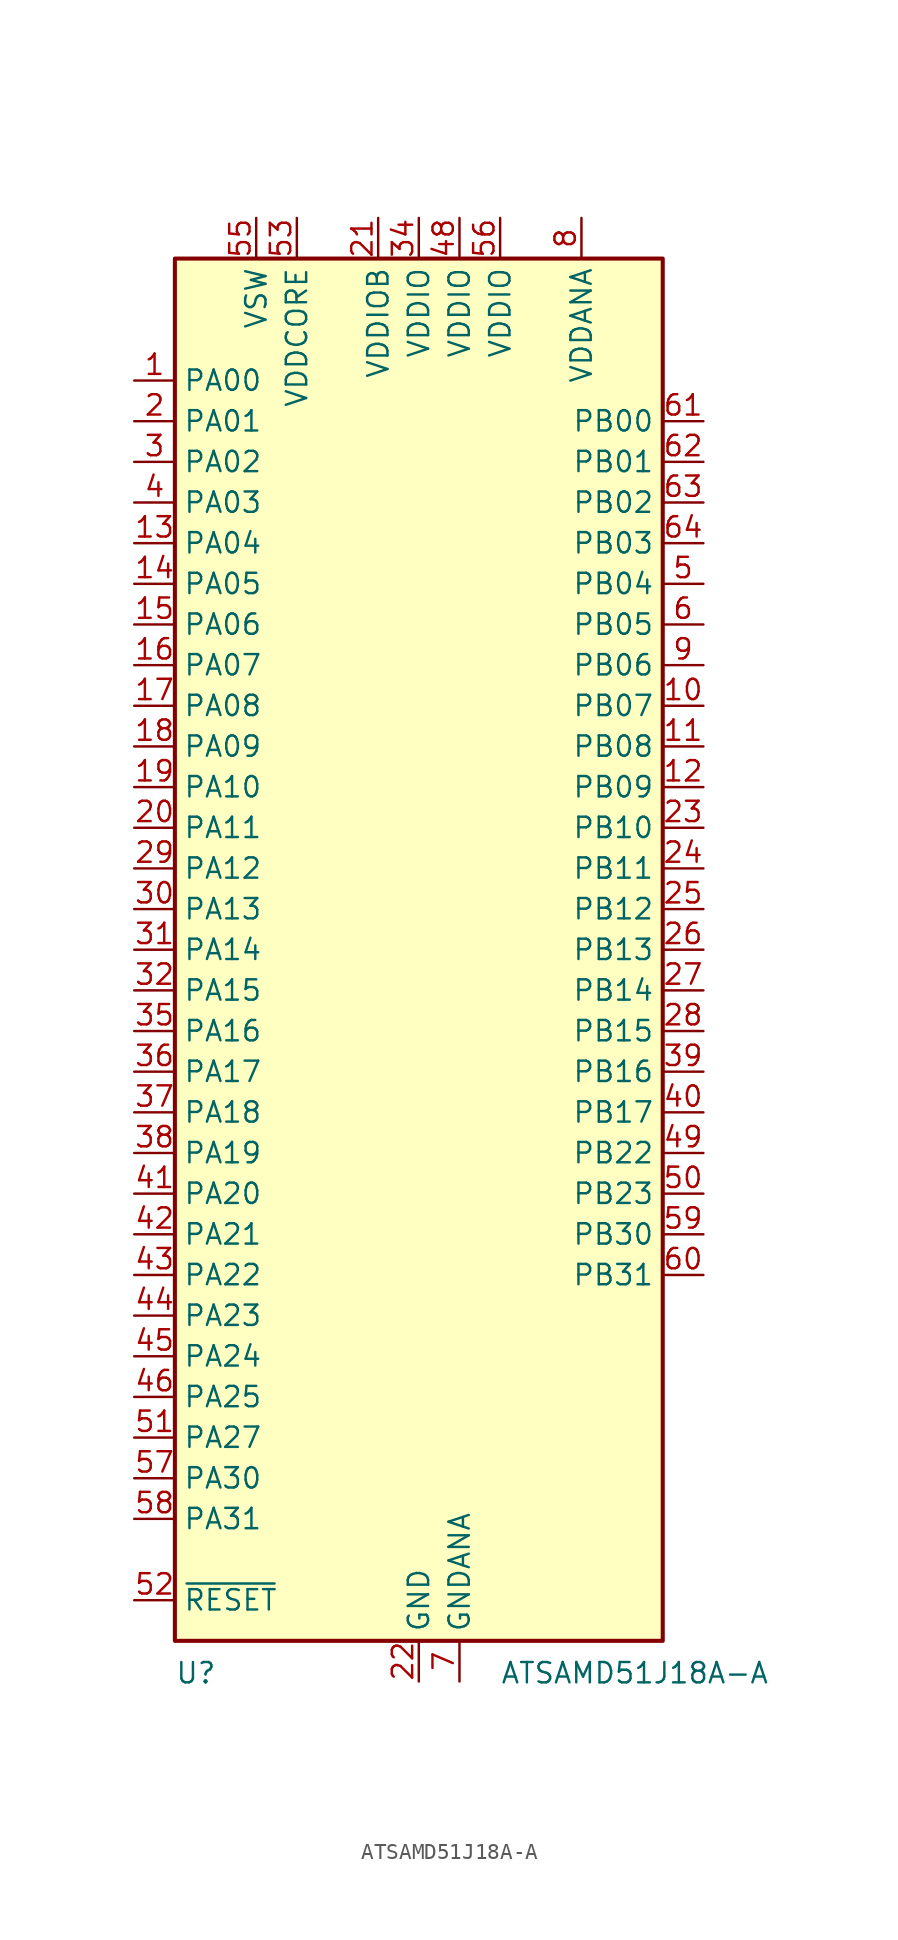
<source format=kicad_sym>
(kicad_symbol_lib
  (version 20211014)
  (generator kicad_symbol_editor)
  (symbol "ATSAMD51J18A-A"
    (property "Reference" "U"
      (at -15.24 -44.45 0)
      (effects (font (size 1.27 1.27)) (justify left top)))
    (property "Value" "ATSAMD51J18A-A"
      (at 5.08 -44.45 0)
      (effects (font (size 1.27 1.27)) (justify left top)))
    (symbol "ATSAMD51J18A-A_0_1"
      (rectangle (start -15.24 43.18) (end 15.24 -43.18) (stroke (width 0.254) (type default) (color 0 0 0 0)) (fill (type background))))
    (symbol "ATSAMD51J18A-A_1_0"
      (pin bidirectional line (at 17.78 25.4 180) (length 2.54) (name "PB03" (effects (font (size 1.27 1.27)))) (number "64" (effects (font (size 1.27 1.27))))))
    (symbol "ATSAMD51J18A-A_1_1"
      (pin bidirectional line (at -17.78 35.56 0) (length 2.54) (name "PA00" (effects (font (size 1.27 1.27)))) (number "1" (effects (font (size 1.27 1.27)))))
      (pin bidirectional line (at 17.78 15.24 180) (length 2.54) (name "PB07" (effects (font (size 1.27 1.27)))) (number "10" (effects (font (size 1.27 1.27)))))
      (pin bidirectional line (at 17.78 12.7 180) (length 2.54) (name "PB08" (effects (font (size 1.27 1.27)))) (number "11" (effects (font (size 1.27 1.27)))))
      (pin bidirectional line (at 17.78 10.16 180) (length 2.54) (name "PB09" (effects (font (size 1.27 1.27)))) (number "12" (effects (font (size 1.27 1.27)))))
      (pin bidirectional line (at -17.78 25.4 0) (length 2.54) (name "PA04" (effects (font (size 1.27 1.27)))) (number "13" (effects (font (size 1.27 1.27)))))
      (pin bidirectional line (at -17.78 22.86 0) (length 2.54) (name "PA05" (effects (font (size 1.27 1.27)))) (number "14" (effects (font (size 1.27 1.27)))))
      (pin bidirectional line (at -17.78 20.32 0) (length 2.54) (name "PA06" (effects (font (size 1.27 1.27)))) (number "15" (effects (font (size 1.27 1.27)))))
      (pin bidirectional line (at -17.78 17.78 0) (length 2.54) (name "PA07" (effects (font (size 1.27 1.27)))) (number "16" (effects (font (size 1.27 1.27)))))
      (pin bidirectional line (at -17.78 15.24 0) (length 2.54) (name "PA08" (effects (font (size 1.27 1.27)))) (number "17" (effects (font (size 1.27 1.27)))))
      (pin bidirectional line (at -17.78 12.7 0) (length 2.54) (name "PA09" (effects (font (size 1.27 1.27)))) (number "18" (effects (font (size 1.27 1.27)))))
      (pin bidirectional line (at -17.78 10.16 0) (length 2.54) (name "PA10" (effects (font (size 1.27 1.27)))) (number "19" (effects (font (size 1.27 1.27)))))
      (pin bidirectional line (at -17.78 33.02 0) (length 2.54) (name "PA01" (effects (font (size 1.27 1.27)))) (number "2" (effects (font (size 1.27 1.27)))))
      (pin bidirectional line (at -17.78 7.62 0) (length 2.54) (name "PA11" (effects (font (size 1.27 1.27)))) (number "20" (effects (font (size 1.27 1.27)))))
      (pin power_in line (at -2.54 45.72 270) (length 2.54) (name "VDDIOB" (effects (font (size 1.27 1.27)))) (number "21" (effects (font (size 1.27 1.27)))))
      (pin power_in line (at 0 -45.72 90) (length 2.54) (name "GND" (effects (font (size 1.27 1.27)))) (number "22" (effects (font (size 1.27 1.27)))))
      (pin bidirectional line (at 17.78 7.62 180) (length 2.54) (name "PB10" (effects (font (size 1.27 1.27)))) (number "23" (effects (font (size 1.27 1.27)))))
      (pin bidirectional line (at 17.78 5.08 180) (length 2.54) (name "PB11" (effects (font (size 1.27 1.27)))) (number "24" (effects (font (size 1.27 1.27)))))
      (pin bidirectional line (at 17.78 2.54 180) (length 2.54) (name "PB12" (effects (font (size 1.27 1.27)))) (number "25" (effects (font (size 1.27 1.27)))))
      (pin bidirectional line (at 17.78 0 180) (length 2.54) (name "PB13" (effects (font (size 1.27 1.27)))) (number "26" (effects (font (size 1.27 1.27)))))
      (pin bidirectional line (at 17.78 -2.54 180) (length 2.54) (name "PB14" (effects (font (size 1.27 1.27)))) (number "27" (effects (font (size 1.27 1.27)))))
      (pin bidirectional line (at 17.78 -5.08 180) (length 2.54) (name "PB15" (effects (font (size 1.27 1.27)))) (number "28" (effects (font (size 1.27 1.27)))))
      (pin bidirectional line (at -17.78 5.08 0) (length 2.54) (name "PA12" (effects (font (size 1.27 1.27)))) (number "29" (effects (font (size 1.27 1.27)))))
      (pin bidirectional line (at -17.78 30.48 0) (length 2.54) (name "PA02" (effects (font (size 1.27 1.27)))) (number "3" (effects (font (size 1.27 1.27)))))
      (pin bidirectional line (at -17.78 2.54 0) (length 2.54) (name "PA13" (effects (font (size 1.27 1.27)))) (number "30" (effects (font (size 1.27 1.27)))))
      (pin bidirectional line (at -17.78 0 0) (length 2.54) (name "PA14" (effects (font (size 1.27 1.27)))) (number "31" (effects (font (size 1.27 1.27)))))
      (pin bidirectional line (at -17.78 -2.54 0) (length 2.54) (name "PA15" (effects (font (size 1.27 1.27)))) (number "32" (effects (font (size 1.27 1.27)))))
      (pin passive line (at 0 -45.72 90) (length 2.54) hide (name "GND" (effects (font (size 1.27 1.27)))) (number "33" (effects (font (size 1.27 1.27)))))
      (pin power_in line (at 0 45.72 270) (length 2.54) (name "VDDIO" (effects (font (size 1.27 1.27)))) (number "34" (effects (font (size 1.27 1.27)))))
      (pin bidirectional line (at -17.78 -5.08 0) (length 2.54) (name "PA16" (effects (font (size 1.27 1.27)))) (number "35" (effects (font (size 1.27 1.27)))))
      (pin bidirectional line (at -17.78 -7.62 0) (length 2.54) (name "PA17" (effects (font (size 1.27 1.27)))) (number "36" (effects (font (size 1.27 1.27)))))
      (pin bidirectional line (at -17.78 -10.16 0) (length 2.54) (name "PA18" (effects (font (size 1.27 1.27)))) (number "37" (effects (font (size 1.27 1.27)))))
      (pin bidirectional line (at -17.78 -12.7 0) (length 2.54) (name "PA19" (effects (font (size 1.27 1.27)))) (number "38" (effects (font (size 1.27 1.27)))))
      (pin bidirectional line (at 17.78 -7.62 180) (length 2.54) (name "PB16" (effects (font (size 1.27 1.27)))) (number "39" (effects (font (size 1.27 1.27)))))
      (pin bidirectional line (at -17.78 27.94 0) (length 2.54) (name "PA03" (effects (font (size 1.27 1.27)))) (number "4" (effects (font (size 1.27 1.27)))))
      (pin bidirectional line (at 17.78 -10.16 180) (length 2.54) (name "PB17" (effects (font (size 1.27 1.27)))) (number "40" (effects (font (size 1.27 1.27)))))
      (pin bidirectional line (at -17.78 -15.24 0) (length 2.54) (name "PA20" (effects (font (size 1.27 1.27)))) (number "41" (effects (font (size 1.27 1.27)))))
      (pin bidirectional line (at -17.78 -17.78 0) (length 2.54) (name "PA21" (effects (font (size 1.27 1.27)))) (number "42" (effects (font (size 1.27 1.27)))))
      (pin bidirectional line (at -17.78 -20.32 0) (length 2.54) (name "PA22" (effects (font (size 1.27 1.27)))) (number "43" (effects (font (size 1.27 1.27)))))
      (pin bidirectional line (at -17.78 -22.86 0) (length 2.54) (name "PA23" (effects (font (size 1.27 1.27)))) (number "44" (effects (font (size 1.27 1.27)))))
      (pin bidirectional line (at -17.78 -25.4 0) (length 2.54) (name "PA24" (effects (font (size 1.27 1.27)))) (number "45" (effects (font (size 1.27 1.27)))))
      (pin bidirectional line (at -17.78 -27.94 0) (length 2.54) (name "PA25" (effects (font (size 1.27 1.27)))) (number "46" (effects (font (size 1.27 1.27)))))
      (pin passive line (at 0 -45.72 90) (length 2.54) hide (name "GND" (effects (font (size 1.27 1.27)))) (number "47" (effects (font (size 1.27 1.27)))))
      (pin power_in line (at 2.54 45.72 270) (length 2.54) (name "VDDIO" (effects (font (size 1.27 1.27)))) (number "48" (effects (font (size 1.27 1.27)))))
      (pin bidirectional line (at 17.78 -12.7 180) (length 2.54) (name "PB22" (effects (font (size 1.27 1.27)))) (number "49" (effects (font (size 1.27 1.27)))))
      (pin bidirectional line (at 17.78 22.86 180) (length 2.54) (name "PB04" (effects (font (size 1.27 1.27)))) (number "5" (effects (font (size 1.27 1.27)))))
      (pin bidirectional line (at 17.78 -15.24 180) (length 2.54) (name "PB23" (effects (font (size 1.27 1.27)))) (number "50" (effects (font (size 1.27 1.27)))))
      (pin bidirectional line (at -17.78 -30.48 0) (length 2.54) (name "PA27" (effects (font (size 1.27 1.27)))) (number "51" (effects (font (size 1.27 1.27)))))
      (pin input line (at -17.78 -40.64 0) (length 2.54) (name "~{RESET}" (effects (font (size 1.27 1.27)))) (number "52" (effects (font (size 1.27 1.27)))))
      (pin power_out line (at -7.62 45.72 270) (length 2.54) (name "VDDCORE" (effects (font (size 1.27 1.27)))) (number "53" (effects (font (size 1.27 1.27)))))
      (pin passive line (at 0 -45.72 90) (length 2.54) hide (name "GND" (effects (font (size 1.27 1.27)))) (number "54" (effects (font (size 1.27 1.27)))))
      (pin power_in line (at -10.16 45.72 270) (length 2.54) (name "VSW" (effects (font (size 1.27 1.27)))) (number "55" (effects (font (size 1.27 1.27)))))
      (pin power_in line (at 5.08 45.72 270) (length 2.54) (name "VDDIO" (effects (font (size 1.27 1.27)))) (number "56" (effects (font (size 1.27 1.27)))))
      (pin bidirectional line (at -17.78 -33.02 0) (length 2.54) (name "PA30" (effects (font (size 1.27 1.27)))) (number "57" (effects (font (size 1.27 1.27)))))
      (pin bidirectional line (at -17.78 -35.56 0) (length 2.54) (name "PA31" (effects (font (size 1.27 1.27)))) (number "58" (effects (font (size 1.27 1.27)))))
      (pin bidirectional line (at 17.78 -17.78 180) (length 2.54) (name "PB30" (effects (font (size 1.27 1.27)))) (number "59" (effects (font (size 1.27 1.27)))))
      (pin bidirectional line (at 17.78 20.32 180) (length 2.54) (name "PB05" (effects (font (size 1.27 1.27)))) (number "6" (effects (font (size 1.27 1.27)))))
      (pin bidirectional line (at 17.78 -20.32 180) (length 2.54) (name "PB31" (effects (font (size 1.27 1.27)))) (number "60" (effects (font (size 1.27 1.27)))))
      (pin bidirectional line (at 17.78 33.02 180) (length 2.54) (name "PB00" (effects (font (size 1.27 1.27)))) (number "61" (effects (font (size 1.27 1.27)))))
      (pin bidirectional line (at 17.78 30.48 180) (length 2.54) (name "PB01" (effects (font (size 1.27 1.27)))) (number "62" (effects (font (size 1.27 1.27)))))
      (pin bidirectional line (at 17.78 27.94 180) (length 2.54) (name "PB02" (effects (font (size 1.27 1.27)))) (number "63" (effects (font (size 1.27 1.27)))))
      (pin power_in line (at 2.54 -45.72 90) (length 2.54) (name "GNDANA" (effects (font (size 1.27 1.27)))) (number "7" (effects (font (size 1.27 1.27)))))
      (pin power_in line (at 10.16 45.72 270) (length 2.54) (name "VDDANA" (effects (font (size 1.27 1.27)))) (number "8" (effects (font (size 1.27 1.27)))))
      (pin bidirectional line (at 17.78 17.78 180) (length 2.54) (name "PB06" (effects (font (size 1.27 1.27)))) (number "9" (effects (font (size 1.27 1.27))))))))
</source>
